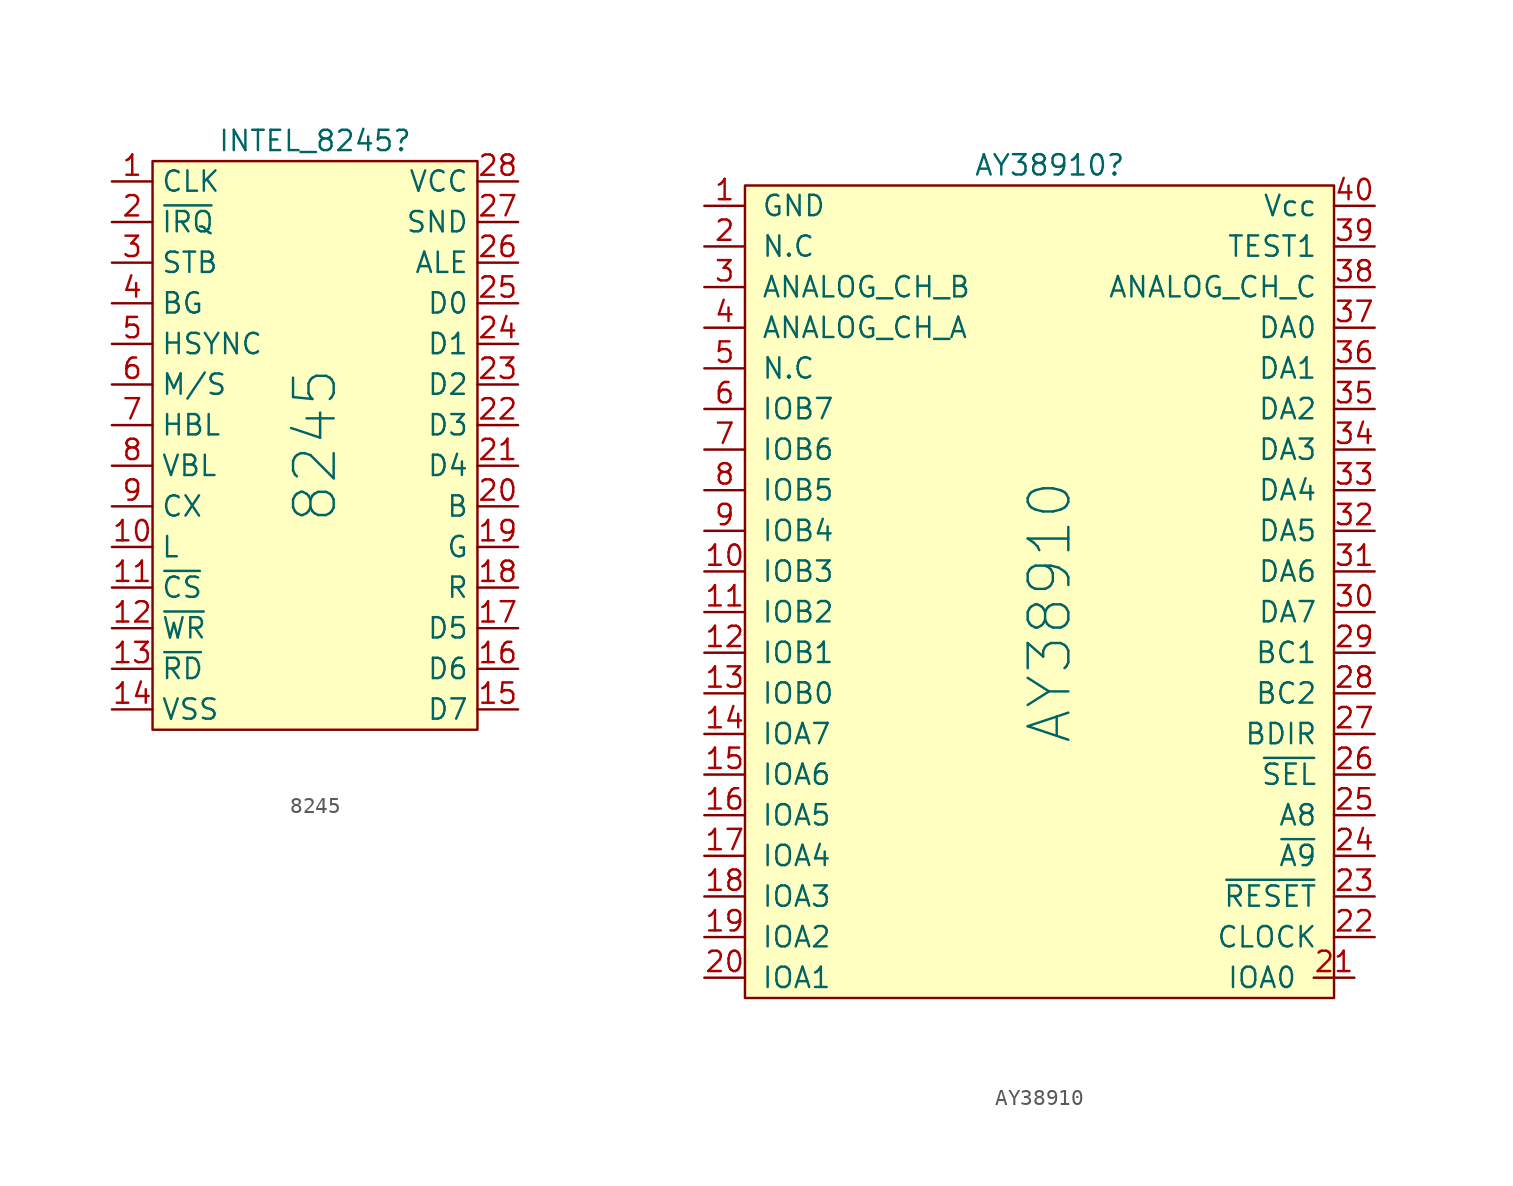
<source format=kicad_sym>
(kicad_symbol_lib
  (version 20220914)
  (generator kicad_symbol_editor)
  (symbol "8245"
    (property "Reference" "INTEL_8245"
      (at 0 19.05 0)
      (effects (font (size 1.27 1.27))))
    (property "Value" "8245"
      (at 0 0 90)
      (effects (font (size 2.54 2.54))))
    (symbol "8245_0_0"
      (pin input line (at -12.7 16.51 0) (length 2.54) (name "CLK" (effects (font (size 1.27 1.27)))) (number "1" (effects (font (size 1.27 1.27)))))
      (pin input line (at -12.7 -6.35 0) (length 2.54) (name "L" (effects (font (size 1.27 1.27)))) (number "10" (effects (font (size 1.27 1.27)))))
      (pin input line (at -12.7 -8.89 0) (length 2.54) (name "~{CS}" (effects (font (size 1.27 1.27)))) (number "11" (effects (font (size 1.27 1.27)))))
      (pin input line (at -12.7 -11.43 0) (length 2.54) (name "~{WR}" (effects (font (size 1.27 1.27)))) (number "12" (effects (font (size 1.27 1.27)))))
      (pin input line (at -12.7 -13.97 0) (length 2.54) (name "~{RD}" (effects (font (size 1.27 1.27)))) (number "13" (effects (font (size 1.27 1.27)))))
      (pin passive line (at -12.7 -16.51 0) (length 2.54) (name "VSS" (effects (font (size 1.27 1.27)))) (number "14" (effects (font (size 1.27 1.27)))))
      (pin bidirectional line (at 12.7 -16.51 180) (length 2.54) (name "D7" (effects (font (size 1.27 1.27)))) (number "15" (effects (font (size 1.27 1.27)))))
      (pin bidirectional line (at 12.7 -13.97 180) (length 2.54) (name "D6" (effects (font (size 1.27 1.27)))) (number "16" (effects (font (size 1.27 1.27)))))
      (pin bidirectional line (at 12.7 -11.43 180) (length 2.54) (name "D5" (effects (font (size 1.27 1.27)))) (number "17" (effects (font (size 1.27 1.27)))))
      (pin output line (at 12.7 -8.89 180) (length 2.54) (name "R" (effects (font (size 1.27 1.27)))) (number "18" (effects (font (size 1.27 1.27)))))
      (pin output line (at 12.7 -6.35 180) (length 2.54) (name "G" (effects (font (size 1.27 1.27)))) (number "19" (effects (font (size 1.27 1.27)))))
      (pin input line (at -12.7 13.97 0) (length 2.54) (name "~{IRQ}" (effects (font (size 1.27 1.27)))) (number "2" (effects (font (size 1.27 1.27)))))
      (pin output line (at 12.7 -3.81 180) (length 2.54) (name "B" (effects (font (size 1.27 1.27)))) (number "20" (effects (font (size 1.27 1.27)))))
      (pin bidirectional line (at 12.7 -1.27 180) (length 2.54) (name "D4" (effects (font (size 1.27 1.27)))) (number "21" (effects (font (size 1.27 1.27)))))
      (pin bidirectional line (at 12.7 1.27 180) (length 2.54) (name "D3" (effects (font (size 1.27 1.27)))) (number "22" (effects (font (size 1.27 1.27)))))
      (pin bidirectional line (at 12.7 3.81 180) (length 2.54) (name "D2" (effects (font (size 1.27 1.27)))) (number "23" (effects (font (size 1.27 1.27)))))
      (pin tri_state line (at 12.7 6.35 180) (length 2.54) (name "D1" (effects (font (size 1.27 1.27)))) (number "24" (effects (font (size 1.27 1.27)))))
      (pin bidirectional line (at 12.7 8.89 180) (length 2.54) (name "D0" (effects (font (size 1.27 1.27)))) (number "25" (effects (font (size 1.27 1.27)))))
      (pin input line (at 12.7 11.43 180) (length 2.54) (name "ALE" (effects (font (size 1.27 1.27)))) (number "26" (effects (font (size 1.27 1.27)))))
      (pin output line (at 12.7 13.97 180) (length 2.54) (name "SND" (effects (font (size 1.27 1.27)))) (number "27" (effects (font (size 1.27 1.27)))))
      (pin power_in line (at 12.7 16.51 180) (length 2.54) (name "VCC" (effects (font (size 1.27 1.27)))) (number "28" (effects (font (size 1.27 1.27)))))
      (pin input line (at -12.7 11.43 0) (length 2.54) (name "STB" (effects (font (size 1.27 1.27)))) (number "3" (effects (font (size 1.27 1.27)))))
      (pin output line (at -12.7 8.89 0) (length 2.54) (name "BG" (effects (font (size 1.27 1.27)))) (number "4" (effects (font (size 1.27 1.27)))))
      (pin output line (at -12.7 6.35 0) (length 2.54) (name "HSYNC" (effects (font (size 1.27 1.27)))) (number "5" (effects (font (size 1.27 1.27)))))
      (pin input line (at -12.7 3.81 0) (length 2.54) (name "M/S" (effects (font (size 1.27 1.27)))) (number "6" (effects (font (size 1.27 1.27)))))
      (pin output line (at -12.7 1.27 0) (length 2.54) (name "HBL" (effects (font (size 1.27 1.27)))) (number "7" (effects (font (size 1.27 1.27)))))
      (pin bidirectional line (at -12.7 -1.27 0) (length 2.54) (name "VBL" (effects (font (size 1.27 1.27)))) (number "8" (effects (font (size 1.27 1.27)))))
      (pin input line (at -12.7 -3.81 0) (length 2.54) (name "CX" (effects (font (size 1.27 1.27)))) (number "9" (effects (font (size 1.27 1.27))))))
    (symbol "8245_1_1"
      (rectangle (start -10.16 17.78) (end 10.16 -17.78) (stroke (width 0) (type default)) (fill (type background)))))
  (symbol "AY38910"
    (pin_names
      (offset 1.016))
    (property "Reference" "AY38910"
      (at -1.27 27.94 0)
      (effects (font (size 1.27 1.27))))
    (property "Value" "AY38910"
      (at -1.27 0 90)
      (effects (font (size 2.54 2.54))))
    (symbol "AY38910_0_1"
      (rectangle (start -20.32 26.67) (end 16.51 -24.13) (stroke (width 0) (type solid)) (fill (type background))))
    (symbol "AY38910_1_1"
      (pin passive line (at -22.86 25.4 0) (length 2.54) (name "GND" (effects (font (size 1.27 1.27)))) (number "1" (effects (font (size 1.27 1.27)))))
      (pin bidirectional line (at -22.86 2.54 0) (length 2.54) (name "IOB3" (effects (font (size 1.27 1.27)))) (number "10" (effects (font (size 1.27 1.27)))))
      (pin bidirectional line (at -22.86 0 0) (length 2.54) (name "IOB2" (effects (font (size 1.27 1.27)))) (number "11" (effects (font (size 1.27 1.27)))))
      (pin bidirectional line (at -22.86 -2.54 0) (length 2.54) (name "IOB1" (effects (font (size 1.27 1.27)))) (number "12" (effects (font (size 1.27 1.27)))))
      (pin bidirectional line (at -22.86 -5.08 0) (length 2.54) (name "IOB0" (effects (font (size 1.27 1.27)))) (number "13" (effects (font (size 1.27 1.27)))))
      (pin bidirectional line (at -22.86 -7.62 0) (length 2.54) (name "IOA7" (effects (font (size 1.27 1.27)))) (number "14" (effects (font (size 1.27 1.27)))))
      (pin bidirectional line (at -22.86 -10.16 0) (length 2.54) (name "IOA6" (effects (font (size 1.27 1.27)))) (number "15" (effects (font (size 1.27 1.27)))))
      (pin bidirectional line (at -22.86 -12.7 0) (length 2.54) (name "IOA5" (effects (font (size 1.27 1.27)))) (number "16" (effects (font (size 1.27 1.27)))))
      (pin bidirectional line (at -22.86 -15.24 0) (length 2.54) (name "IOA4" (effects (font (size 1.27 1.27)))) (number "17" (effects (font (size 1.27 1.27)))))
      (pin bidirectional line (at -22.86 -17.78 0) (length 2.54) (name "IOA3" (effects (font (size 1.27 1.27)))) (number "18" (effects (font (size 1.27 1.27)))))
      (pin bidirectional line (at -22.86 -20.32 0) (length 2.54) (name "IOA2" (effects (font (size 1.27 1.27)))) (number "19" (effects (font (size 1.27 1.27)))))
      (pin input line (at -22.86 22.86 0) (length 2.54) (name "N.C" (effects (font (size 1.27 1.27)))) (number "2" (effects (font (size 1.27 1.27)))))
      (pin bidirectional line (at -22.86 -22.86 0) (length 2.54) (name "IOA1" (effects (font (size 1.27 1.27)))) (number "20" (effects (font (size 1.27 1.27)))))
      (pin bidirectional line (at 17.78 -22.86 180) (length 2.54) (name "IOA0" (effects (font (size 1.27 1.27)))) (number "21" (effects (font (size 1.27 1.27)))))
      (pin input line (at 19.05 -20.32 180) (length 2.54) (name "CLOCK" (effects (font (size 1.27 1.27)))) (number "22" (effects (font (size 1.27 1.27)))))
      (pin input line (at 19.05 -17.78 180) (length 2.54) (name "~{RESET}" (effects (font (size 1.27 1.27)))) (number "23" (effects (font (size 1.27 1.27)))))
      (pin input line (at 19.05 -15.24 180) (length 2.54) (name "~{A9}" (effects (font (size 1.27 1.27)))) (number "24" (effects (font (size 1.27 1.27)))))
      (pin input line (at 19.05 -12.7 180) (length 2.54) (name "A8" (effects (font (size 1.27 1.27)))) (number "25" (effects (font (size 1.27 1.27)))))
      (pin input line (at 19.05 -10.16 180) (length 2.54) (name "~{SEL}" (effects (font (size 1.27 1.27)))) (number "26" (effects (font (size 1.27 1.27)))))
      (pin input line (at 19.05 -7.62 180) (length 2.54) (name "BDIR" (effects (font (size 1.27 1.27)))) (number "27" (effects (font (size 1.27 1.27)))))
      (pin input line (at 19.05 -5.08 180) (length 2.54) (name "BC2" (effects (font (size 1.27 1.27)))) (number "28" (effects (font (size 1.27 1.27)))))
      (pin input line (at 19.05 -2.54 180) (length 2.54) (name "BC1" (effects (font (size 1.27 1.27)))) (number "29" (effects (font (size 1.27 1.27)))))
      (pin passive line (at -22.86 20.32 0) (length 2.54) (name "ANALOG_CH_B" (effects (font (size 1.27 1.27)))) (number "3" (effects (font (size 1.27 1.27)))))
      (pin bidirectional line (at 19.05 0 180) (length 2.54) (name "DA7" (effects (font (size 1.27 1.27)))) (number "30" (effects (font (size 1.27 1.27)))))
      (pin bidirectional line (at 19.05 2.54 180) (length 2.54) (name "DA6" (effects (font (size 1.27 1.27)))) (number "31" (effects (font (size 1.27 1.27)))))
      (pin bidirectional line (at 19.05 5.08 180) (length 2.54) (name "DA5" (effects (font (size 1.27 1.27)))) (number "32" (effects (font (size 1.27 1.27)))))
      (pin bidirectional line (at 19.05 7.62 180) (length 2.54) (name "DA4" (effects (font (size 1.27 1.27)))) (number "33" (effects (font (size 1.27 1.27)))))
      (pin bidirectional line (at 19.05 10.16 180) (length 2.54) (name "DA3" (effects (font (size 1.27 1.27)))) (number "34" (effects (font (size 1.27 1.27)))))
      (pin bidirectional line (at 19.05 12.7 180) (length 2.54) (name "DA2" (effects (font (size 1.27 1.27)))) (number "35" (effects (font (size 1.27 1.27)))))
      (pin bidirectional line (at 19.05 15.24 180) (length 2.54) (name "DA1" (effects (font (size 1.27 1.27)))) (number "36" (effects (font (size 1.27 1.27)))))
      (pin bidirectional line (at 19.05 17.78 180) (length 2.54) (name "DA0" (effects (font (size 1.27 1.27)))) (number "37" (effects (font (size 1.27 1.27)))))
      (pin passive line (at 19.05 20.32 180) (length 2.54) (name "ANALOG_CH_C" (effects (font (size 1.27 1.27)))) (number "38" (effects (font (size 1.27 1.27)))))
      (pin input line (at 19.05 22.86 180) (length 2.54) (name "TEST1" (effects (font (size 1.27 1.27)))) (number "39" (effects (font (size 1.27 1.27)))))
      (pin passive line (at -22.86 17.78 0) (length 2.54) (name "ANALOG_CH_A" (effects (font (size 1.27 1.27)))) (number "4" (effects (font (size 1.27 1.27)))))
      (pin input line (at 19.05 25.4 180) (length 2.54) (name "Vcc" (effects (font (size 1.27 1.27)))) (number "40" (effects (font (size 1.27 1.27)))))
      (pin input line (at -22.86 15.24 0) (length 2.54) (name "N.C" (effects (font (size 1.27 1.27)))) (number "5" (effects (font (size 1.27 1.27)))))
      (pin bidirectional line (at -22.86 12.7 0) (length 2.54) (name "IOB7" (effects (font (size 1.27 1.27)))) (number "6" (effects (font (size 1.27 1.27)))))
      (pin bidirectional line (at -22.86 10.16 0) (length 2.54) (name "IOB6" (effects (font (size 1.27 1.27)))) (number "7" (effects (font (size 1.27 1.27)))))
      (pin bidirectional line (at -22.86 7.62 0) (length 2.54) (name "IOB5" (effects (font (size 1.27 1.27)))) (number "8" (effects (font (size 1.27 1.27)))))
      (pin bidirectional line (at -22.86 5.08 0) (length 2.54) (name "IOB4" (effects (font (size 1.27 1.27)))) (number "9" (effects (font (size 1.27 1.27))))))))
</source>
